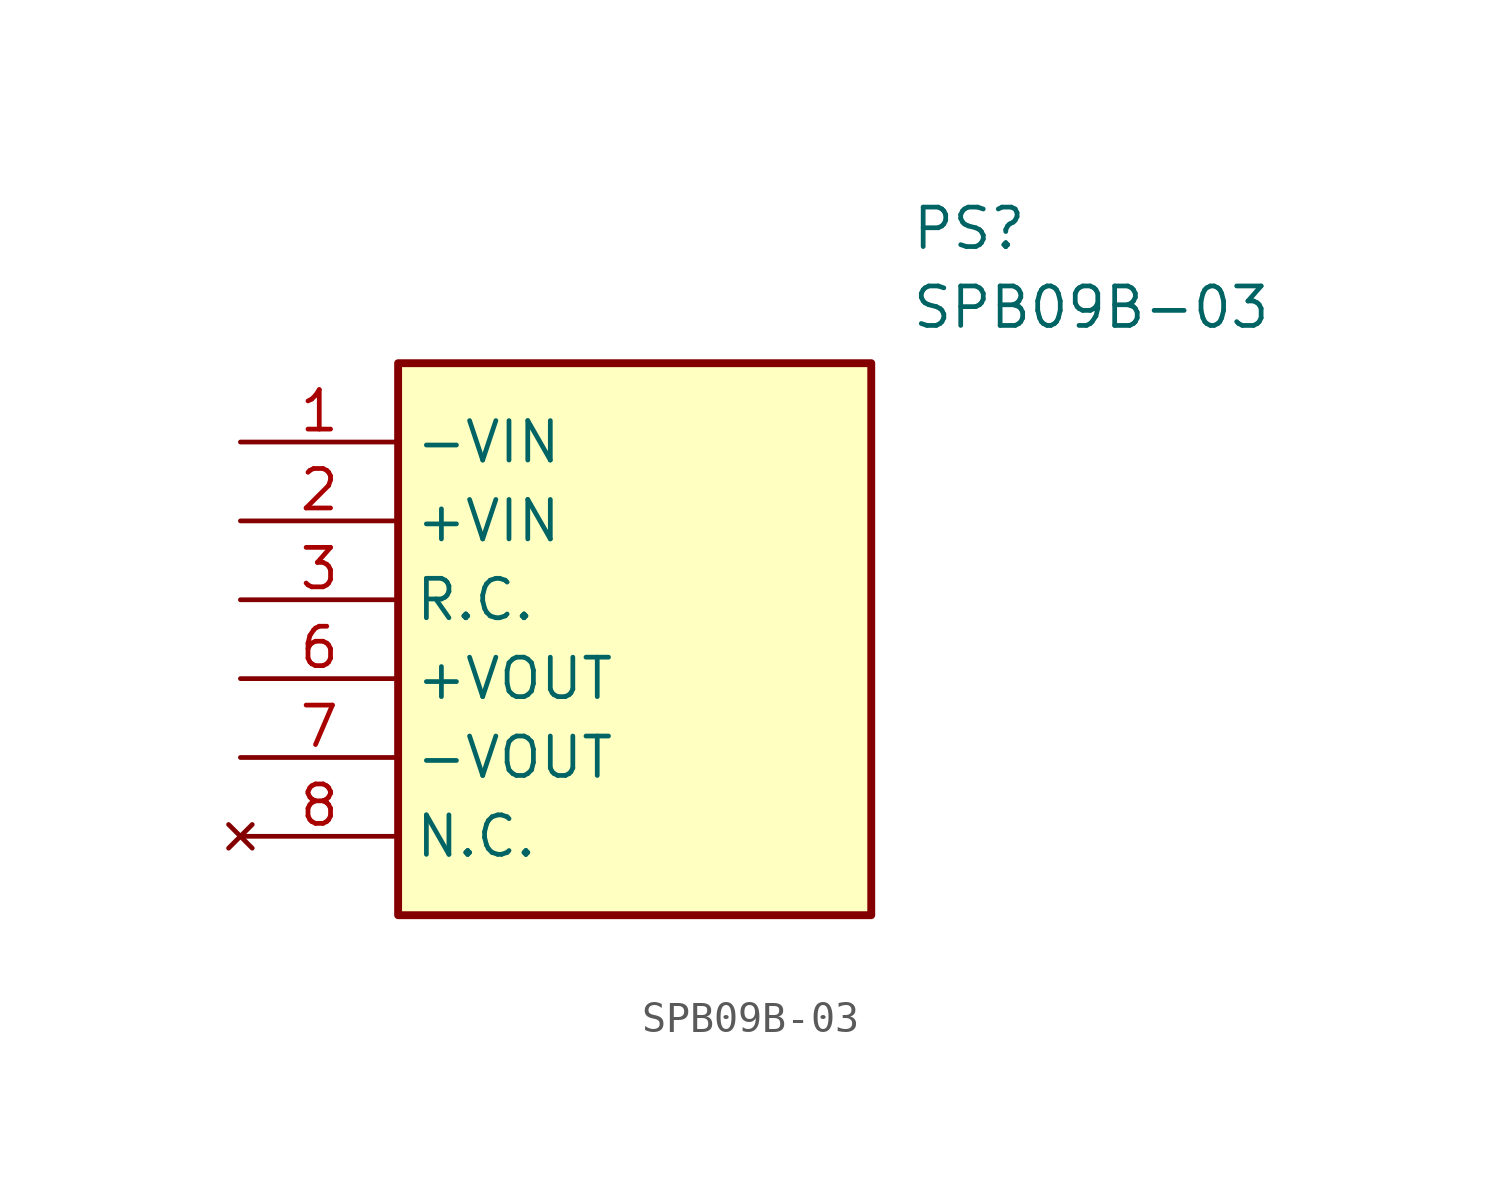
<source format=kicad_sym>
(kicad_symbol_lib
  (version 20211014)
  (generator SamacSys_ECAD_Model)
  (symbol "SPB09B-03"
    (property "Reference" "PS"
      (at 21.59 7.62 0)
      (effects (font (size 1.27 1.27)) (justify left top)))
    (property "Value" "SPB09B-03"
      (at 21.59 5.08 0)
      (effects (font (size 1.27 1.27)) (justify left top)))
    (rectangle
      (start 5.08 2.54)
      (end 20.32 -15.24)
      (stroke (width 0.254) (type default))
      (fill (type background)))
    (pin passive line
      (at 0 0 0)
      (length 5.08)
      (name "-VIN" (effects (font (size 1.27 1.27))))
      (number "1" (effects (font (size 1.27 1.27)))))
    (pin passive line
      (at 0 -2.54 0)
      (length 5.08)
      (name "+VIN" (effects (font (size 1.27 1.27))))
      (number "2" (effects (font (size 1.27 1.27)))))
    (pin passive line
      (at 0 -5.08 0)
      (length 5.08)
      (name "R.C." (effects (font (size 1.27 1.27))))
      (number "3" (effects (font (size 1.27 1.27)))))
    (pin passive line
      (at 0 -7.62 0)
      (length 5.08)
      (name "+VOUT" (effects (font (size 1.27 1.27))))
      (number "6" (effects (font (size 1.27 1.27)))))
    (pin passive line
      (at 0 -10.16 0)
      (length 5.08)
      (name "-VOUT" (effects (font (size 1.27 1.27))))
      (number "7" (effects (font (size 1.27 1.27)))))
    (pin no_connect line
      (at 0 -12.7 0)
      (length 5.08)
      (name "N.C." (effects (font (size 1.27 1.27))))
      (number "8" (effects (font (size 1.27 1.27)))))))
</source>
